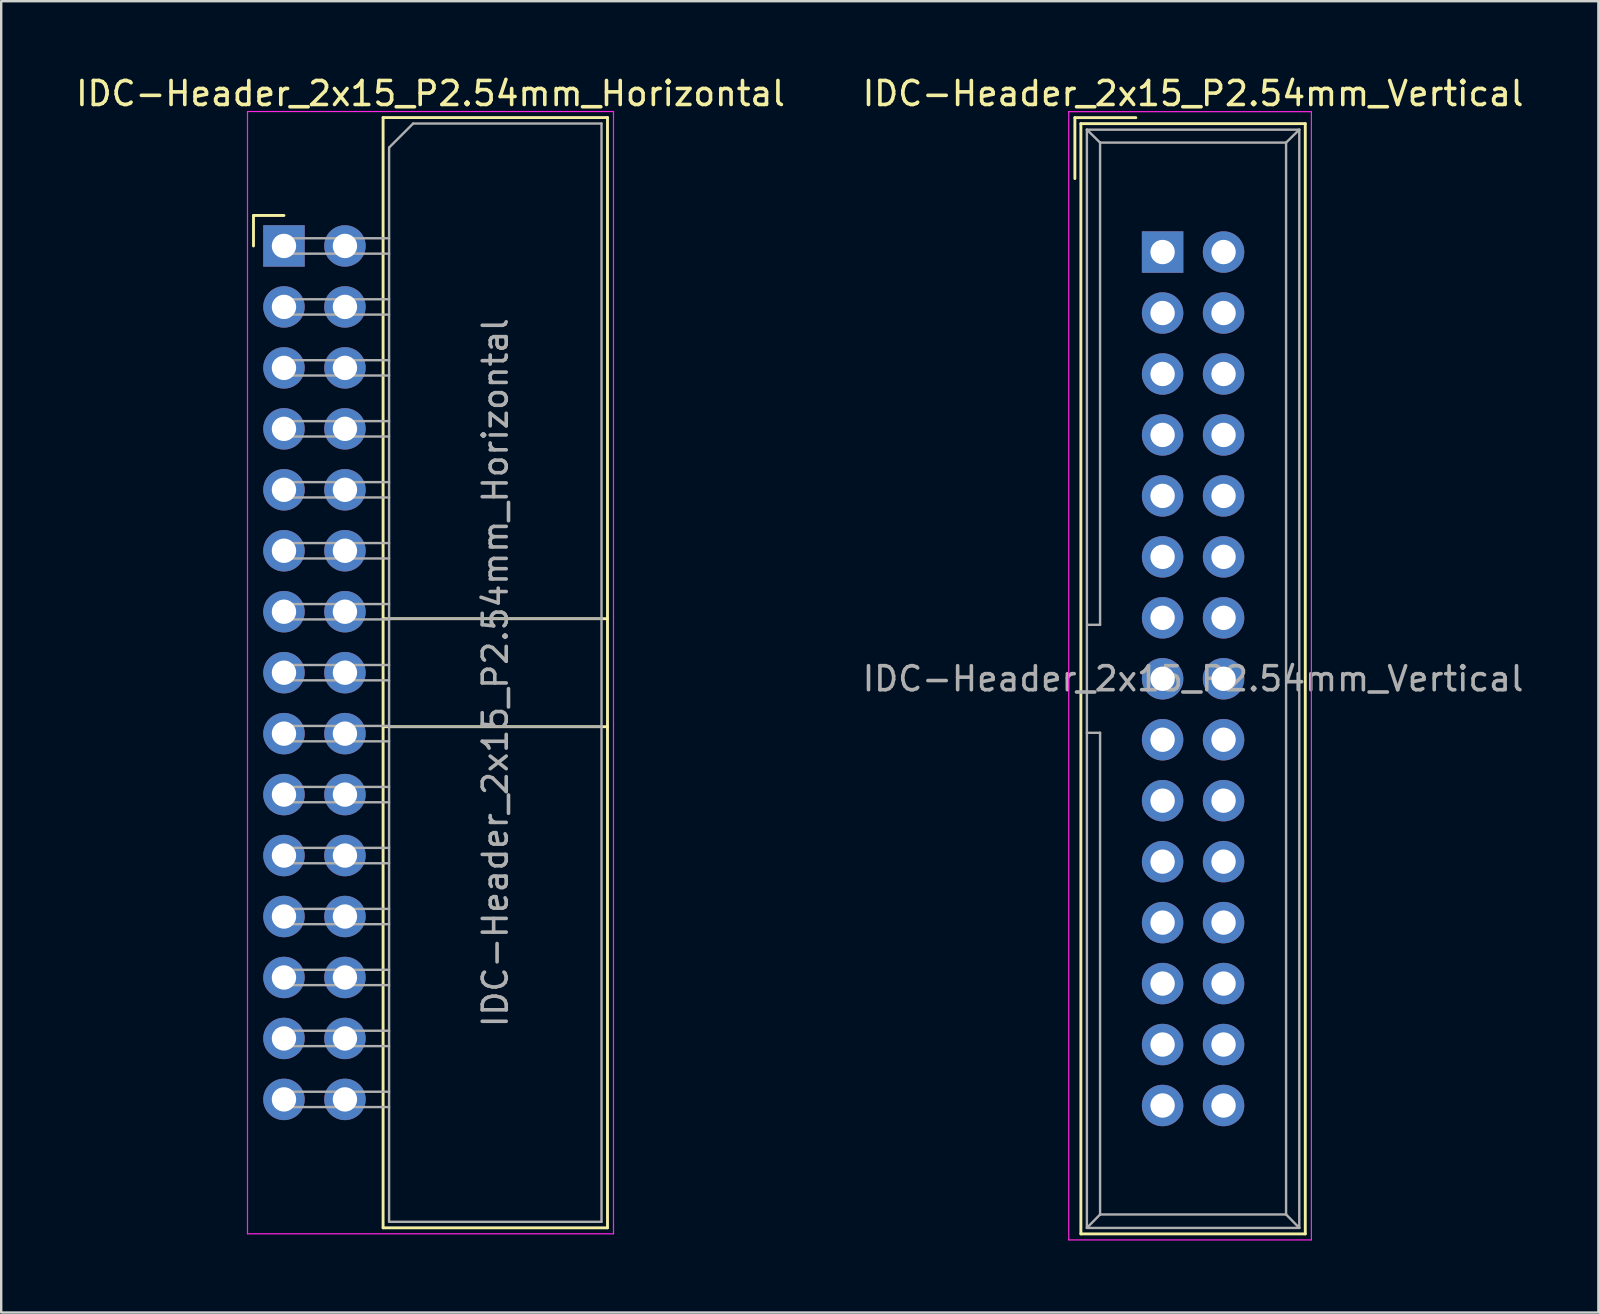
<source format=kicad_pcb>
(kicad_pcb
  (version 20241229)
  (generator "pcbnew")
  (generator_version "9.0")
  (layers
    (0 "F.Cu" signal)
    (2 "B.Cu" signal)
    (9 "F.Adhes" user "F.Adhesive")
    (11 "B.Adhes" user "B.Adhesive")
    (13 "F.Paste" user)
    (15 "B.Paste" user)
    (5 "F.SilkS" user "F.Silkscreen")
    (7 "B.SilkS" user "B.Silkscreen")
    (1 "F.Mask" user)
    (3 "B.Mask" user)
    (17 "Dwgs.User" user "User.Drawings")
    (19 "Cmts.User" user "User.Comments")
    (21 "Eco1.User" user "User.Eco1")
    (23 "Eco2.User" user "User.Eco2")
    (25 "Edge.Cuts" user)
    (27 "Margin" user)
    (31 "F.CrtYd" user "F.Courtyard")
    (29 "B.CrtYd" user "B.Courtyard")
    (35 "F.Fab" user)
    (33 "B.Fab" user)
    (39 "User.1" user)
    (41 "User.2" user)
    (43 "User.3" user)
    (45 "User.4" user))
  (footprint "IDC-Header_2x15_P2.54mm_Vertical"
    (layer "F.Cu")
    (at 45.391 7.452)
    (property "Reference" "IDC-Header_2x15_P2.54mm_Vertical" (at 1.27 -6.604 0) (layer "F.SilkS") (effects (font (size 1 1) (thickness 0.15))))
    (attr through_hole)
    (fp_line (start -3.655 -5.6) (end -3.655 -3.06) (stroke (width 0.12) (type solid)) (layer "F.SilkS"))
    (fp_line (start -3.655 -5.6) (end -1.115 -5.6) (stroke (width 0.12) (type solid)) (layer "F.SilkS"))
    (fp_line (start -3.405 -5.35) (end 5.945 -5.35) (stroke (width 0.12) (type solid)) (layer "F.SilkS"))
    (fp_line (start -3.405 40.91) (end -3.405 -5.35) (stroke (width 0.12) (type solid)) (layer "F.SilkS"))
    (fp_line (start 5.945 -5.35) (end 5.945 40.91) (stroke (width 0.12) (type solid)) (layer "F.SilkS"))
    (fp_line (start 5.945 40.91) (end -3.405 40.91) (stroke (width 0.12) (type solid)) (layer "F.SilkS"))
    (fp_line (start -3.91 -5.85) (end 6.2 -5.85) (stroke (width 0.05) (type solid)) (layer "F.CrtYd"))
    (fp_line (start -3.91 41.16) (end -3.91 -5.85) (stroke (width 0.05) (type solid)) (layer "F.CrtYd"))
    (fp_line (start 6.2 -5.85) (end 6.2 41.16) (stroke (width 0.05) (type solid)) (layer "F.CrtYd"))
    (fp_line (start 6.2 41.16) (end -3.91 41.16) (stroke (width 0.05) (type solid)) (layer "F.CrtYd"))
    (fp_line (start -3.155 -5.1) (end -3.155 40.66) (stroke (width 0.1) (type solid)) (layer "F.Fab"))
    (fp_line (start -3.155 -5.1) (end -2.605 -4.56) (stroke (width 0.1) (type solid)) (layer "F.Fab"))
    (fp_line (start -3.155 40.66) (end -2.605 40.1) (stroke (width 0.1) (type solid)) (layer "F.Fab"))
    (fp_line (start -2.605 -4.56) (end -2.605 15.53) (stroke (width 0.1) (type solid)) (layer "F.Fab"))
    (fp_line (start -2.605 15.53) (end -3.145 15.53) (stroke (width 0.1) (type solid)) (layer "F.Fab"))
    (fp_line (start -2.605 20.03) (end -3.155 20.03) (stroke (width 0.1) (type solid)) (layer "F.Fab"))
    (fp_line (start -2.605 20.03) (end -2.605 40.1) (stroke (width 0.1) (type solid)) (layer "F.Fab"))
    (fp_line (start 5.145 -4.56) (end -2.605 -4.56) (stroke (width 0.1) (type solid)) (layer "F.Fab"))
    (fp_line (start 5.145 -4.56) (end 5.145 40.1) (stroke (width 0.1) (type solid)) (layer "F.Fab"))
    (fp_line (start 5.145 40.1) (end -2.605 40.1) (stroke (width 0.1) (type solid)) (layer "F.Fab"))
    (fp_line (start 5.695 -5.1) (end -3.155 -5.1) (stroke (width 0.1) (type solid)) (layer "F.Fab"))
    (fp_line (start 5.695 -5.1) (end 5.145 -4.56) (stroke (width 0.1) (type solid)) (layer "F.Fab"))
    (fp_line (start 5.695 -5.1) (end 5.695 40.66) (stroke (width 0.1) (type solid)) (layer "F.Fab"))
    (fp_line (start 5.695 40.66) (end -3.155 40.66) (stroke (width 0.1) (type solid)) (layer "F.Fab"))
    (fp_line (start 5.695 40.66) (end 5.145 40.1) (stroke (width 0.1) (type solid)) (layer "F.Fab"))
    (fp_text user "${REFERENCE}" (at 1.27 17.78 0) (layer "F.Fab") (effects (font (size 1 1) (thickness 0.15))))
    (pad "1" thru_hole rect (at 0 0) (size 1.727 1.727) (drill 1.016) (layers "*.Cu" "*.Mask"))
    (pad "2" thru_hole oval (at 2.54 0) (size 1.727 1.727) (drill 1.016) (layers "*.Cu" "*.Mask"))
    (pad "3" thru_hole oval (at 0 2.54) (size 1.727 1.727) (drill 1.016) (layers "*.Cu" "*.Mask"))
    (pad "4" thru_hole oval (at 2.54 2.54) (size 1.727 1.727) (drill 1.016) (layers "*.Cu" "*.Mask"))
    (pad "5" thru_hole oval (at 0 5.08) (size 1.727 1.727) (drill 1.016) (layers "*.Cu" "*.Mask"))
    (pad "6" thru_hole oval (at 2.54 5.08) (size 1.727 1.727) (drill 1.016) (layers "*.Cu" "*.Mask"))
    (pad "7" thru_hole oval (at 0 7.62) (size 1.727 1.727) (drill 1.016) (layers "*.Cu" "*.Mask"))
    (pad "8" thru_hole oval (at 2.54 7.62) (size 1.727 1.727) (drill 1.016) (layers "*.Cu" "*.Mask"))
    (pad "9" thru_hole oval (at 0 10.16) (size 1.727 1.727) (drill 1.016) (layers "*.Cu" "*.Mask"))
    (pad "10" thru_hole oval (at 2.54 10.16) (size 1.727 1.727) (drill 1.016) (layers "*.Cu" "*.Mask"))
    (pad "11" thru_hole oval (at 0 12.7) (size 1.727 1.727) (drill 1.016) (layers "*.Cu" "*.Mask"))
    (pad "12" thru_hole oval (at 2.54 12.7) (size 1.727 1.727) (drill 1.016) (layers "*.Cu" "*.Mask"))
    (pad "13" thru_hole oval (at 0 15.24) (size 1.727 1.727) (drill 1.016) (layers "*.Cu" "*.Mask"))
    (pad "14" thru_hole oval (at 2.54 15.24) (size 1.727 1.727) (drill 1.016) (layers "*.Cu" "*.Mask"))
    (pad "15" thru_hole oval (at 0 17.78) (size 1.727 1.727) (drill 1.016) (layers "*.Cu" "*.Mask"))
    (pad "16" thru_hole oval (at 2.54 17.78) (size 1.727 1.727) (drill 1.016) (layers "*.Cu" "*.Mask"))
    (pad "17" thru_hole oval (at 0 20.32) (size 1.727 1.727) (drill 1.016) (layers "*.Cu" "*.Mask"))
    (pad "18" thru_hole oval (at 2.54 20.32) (size 1.727 1.727) (drill 1.016) (layers "*.Cu" "*.Mask"))
    (pad "19" thru_hole oval (at 0 22.86) (size 1.727 1.727) (drill 1.016) (layers "*.Cu" "*.Mask"))
    (pad "20" thru_hole oval (at 2.54 22.86) (size 1.727 1.727) (drill 1.016) (layers "*.Cu" "*.Mask"))
    (pad "21" thru_hole oval (at 0 25.4) (size 1.727 1.727) (drill 1.016) (layers "*.Cu" "*.Mask"))
    (pad "22" thru_hole oval (at 2.54 25.4) (size 1.727 1.727) (drill 1.016) (layers "*.Cu" "*.Mask"))
    (pad "23" thru_hole oval (at 0 27.94) (size 1.727 1.727) (drill 1.016) (layers "*.Cu" "*.Mask"))
    (pad "24" thru_hole oval (at 2.54 27.94) (size 1.727 1.727) (drill 1.016) (layers "*.Cu" "*.Mask"))
    (pad "25" thru_hole oval (at 0 30.48) (size 1.727 1.727) (drill 1.016) (layers "*.Cu" "*.Mask"))
    (pad "26" thru_hole oval (at 2.54 30.48) (size 1.727 1.727) (drill 1.016) (layers "*.Cu" "*.Mask"))
    (pad "27" thru_hole oval (at 0 33.02) (size 1.727 1.727) (drill 1.016) (layers "*.Cu" "*.Mask"))
    (pad "28" thru_hole oval (at 2.54 33.02) (size 1.727 1.727) (drill 1.016) (layers "*.Cu" "*.Mask"))
    (pad "29" thru_hole oval (at 0 35.56) (size 1.727 1.727) (drill 1.016) (layers "*.Cu" "*.Mask"))
    (pad "30" thru_hole oval (at 2.54 35.56) (size 1.727 1.727) (drill 1.016) (layers "*.Cu" "*.Mask")))
  (footprint "IDC-Header_2x15_P2.54mm_Horizontal"
    (layer "F.Cu")
    (at 8.782 7.198)
    (property "Reference" "IDC-Header_2x15_P2.54mm_Horizontal" (at 6.105 -6.35 0) (layer "F.SilkS") (effects (font (size 1 1) (thickness 0.15))))
    (attr through_hole)
    (fp_line (start -1.27 -1.27) (end -1.27 0) (stroke (width 0.12) (type solid)) (layer "F.SilkS"))
    (fp_line (start 0 -1.27) (end -1.27 -1.27) (stroke (width 0.12) (type solid)) (layer "F.SilkS"))
    (fp_line (start 4.13 -5.35) (end 13.48 -5.35) (stroke (width 0.12) (type solid)) (layer "F.SilkS"))
    (fp_line (start 4.13 15.53) (end 13.48 15.53) (stroke (width 0.12) (type solid)) (layer "F.SilkS"))
    (fp_line (start 4.13 20.03) (end 13.48 20.03) (stroke (width 0.12) (type solid)) (layer "F.SilkS"))
    (fp_line (start 4.13 40.91) (end 4.13 -5.35) (stroke (width 0.12) (type solid)) (layer "F.SilkS"))
    (fp_line (start 4.13 40.91) (end 13.48 40.91) (stroke (width 0.12) (type solid)) (layer "F.SilkS"))
    (fp_line (start 13.48 -5.35) (end 13.48 40.91) (stroke (width 0.12) (type solid)) (layer "F.SilkS"))
    (fp_line (start -1.52 -5.6) (end 13.73 -5.6) (stroke (width 0.05) (type solid)) (layer "F.CrtYd"))
    (fp_line (start -1.52 41.16) (end -1.52 -5.6) (stroke (width 0.05) (type solid)) (layer "F.CrtYd"))
    (fp_line (start 13.73 -5.6) (end 13.73 41.16) (stroke (width 0.05) (type solid)) (layer "F.CrtYd"))
    (fp_line (start 13.73 41.16) (end -1.52 41.16) (stroke (width 0.05) (type solid)) (layer "F.CrtYd"))
    (fp_line (start -0.32 -0.32) (end -0.32 0.32) (stroke (width 0.1) (type solid)) (layer "F.Fab"))
    (fp_line (start -0.32 0.32) (end 4.38 0.32) (stroke (width 0.1) (type solid)) (layer "F.Fab"))
    (fp_line (start -0.32 2.22) (end -0.32 2.86) (stroke (width 0.1) (type solid)) (layer "F.Fab"))
    (fp_line (start -0.32 2.86) (end 4.38 2.86) (stroke (width 0.1) (type solid)) (layer "F.Fab"))
    (fp_line (start -0.32 4.76) (end -0.32 5.4) (stroke (width 0.1) (type solid)) (layer "F.Fab"))
    (fp_line (start -0.32 5.4) (end 4.38 5.4) (stroke (width 0.1) (type solid)) (layer "F.Fab"))
    (fp_line (start -0.32 7.3) (end -0.32 7.94) (stroke (width 0.1) (type solid)) (layer "F.Fab"))
    (fp_line (start -0.32 7.94) (end 4.38 7.94) (stroke (width 0.1) (type solid)) (layer "F.Fab"))
    (fp_line (start -0.32 9.84) (end -0.32 10.48) (stroke (width 0.1) (type solid)) (layer "F.Fab"))
    (fp_line (start -0.32 10.48) (end 4.38 10.48) (stroke (width 0.1) (type solid)) (layer "F.Fab"))
    (fp_line (start -0.32 12.38) (end -0.32 13.02) (stroke (width 0.1) (type solid)) (layer "F.Fab"))
    (fp_line (start -0.32 13.02) (end 4.38 13.02) (stroke (width 0.1) (type solid)) (layer "F.Fab"))
    (fp_line (start -0.32 14.92) (end -0.32 15.56) (stroke (width 0.1) (type solid)) (layer "F.Fab"))
    (fp_line (start -0.32 15.56) (end 4.38 15.56) (stroke (width 0.1) (type solid)) (layer "F.Fab"))
    (fp_line (start -0.32 17.46) (end -0.32 18.1) (stroke (width 0.1) (type solid)) (layer "F.Fab"))
    (fp_line (start -0.32 18.1) (end 4.38 18.1) (stroke (width 0.1) (type solid)) (layer "F.Fab"))
    (fp_line (start -0.32 20) (end -0.32 20.64) (stroke (width 0.1) (type solid)) (layer "F.Fab"))
    (fp_line (start -0.32 20.64) (end 4.38 20.64) (stroke (width 0.1) (type solid)) (layer "F.Fab"))
    (fp_line (start -0.32 22.54) (end -0.32 23.18) (stroke (width 0.1) (type solid)) (layer "F.Fab"))
    (fp_line (start -0.32 23.18) (end 4.38 23.18) (stroke (width 0.1) (type solid)) (layer "F.Fab"))
    (fp_line (start -0.32 25.08) (end -0.32 25.72) (stroke (width 0.1) (type solid)) (layer "F.Fab"))
    (fp_line (start -0.32 25.72) (end 4.38 25.72) (stroke (width 0.1) (type solid)) (layer "F.Fab"))
    (fp_line (start -0.32 27.62) (end -0.32 28.26) (stroke (width 0.1) (type solid)) (layer "F.Fab"))
    (fp_line (start -0.32 28.26) (end 4.38 28.26) (stroke (width 0.1) (type solid)) (layer "F.Fab"))
    (fp_line (start -0.32 30.16) (end -0.32 30.8) (stroke (width 0.1) (type solid)) (layer "F.Fab"))
    (fp_line (start -0.32 30.8) (end 4.38 30.8) (stroke (width 0.1) (type solid)) (layer "F.Fab"))
    (fp_line (start -0.32 32.7) (end -0.32 33.34) (stroke (width 0.1) (type solid)) (layer "F.Fab"))
    (fp_line (start -0.32 33.34) (end 4.38 33.34) (stroke (width 0.1) (type solid)) (layer "F.Fab"))
    (fp_line (start -0.32 35.24) (end -0.32 35.88) (stroke (width 0.1) (type solid)) (layer "F.Fab"))
    (fp_line (start -0.32 35.88) (end 4.38 35.88) (stroke (width 0.1) (type solid)) (layer "F.Fab"))
    (fp_line (start 4.38 -4.1) (end 5.38 -5.1) (stroke (width 0.1) (type solid)) (layer "F.Fab"))
    (fp_line (start 4.38 -0.32) (end -0.32 -0.32) (stroke (width 0.1) (type solid)) (layer "F.Fab"))
    (fp_line (start 4.38 2.22) (end -0.32 2.22) (stroke (width 0.1) (type solid)) (layer "F.Fab"))
    (fp_line (start 4.38 4.76) (end -0.32 4.76) (stroke (width 0.1) (type solid)) (layer "F.Fab"))
    (fp_line (start 4.38 7.3) (end -0.32 7.3) (stroke (width 0.1) (type solid)) (layer "F.Fab"))
    (fp_line (start 4.38 9.84) (end -0.32 9.84) (stroke (width 0.1) (type solid)) (layer "F.Fab"))
    (fp_line (start 4.38 12.38) (end -0.32 12.38) (stroke (width 0.1) (type solid)) (layer "F.Fab"))
    (fp_line (start 4.38 14.92) (end -0.32 14.92) (stroke (width 0.1) (type solid)) (layer "F.Fab"))
    (fp_line (start 4.38 15.53) (end 13.23 15.53) (stroke (width 0.1) (type solid)) (layer "F.Fab"))
    (fp_line (start 4.38 17.46) (end -0.32 17.46) (stroke (width 0.1) (type solid)) (layer "F.Fab"))
    (fp_line (start 4.38 20) (end -0.32 20) (stroke (width 0.1) (type solid)) (layer "F.Fab"))
    (fp_line (start 4.38 20.03) (end 13.23 20.03) (stroke (width 0.1) (type solid)) (layer "F.Fab"))
    (fp_line (start 4.38 22.54) (end -0.32 22.54) (stroke (width 0.1) (type solid)) (layer "F.Fab"))
    (fp_line (start 4.38 25.08) (end -0.32 25.08) (stroke (width 0.1) (type solid)) (layer "F.Fab"))
    (fp_line (start 4.38 27.62) (end -0.32 27.62) (stroke (width 0.1) (type solid)) (layer "F.Fab"))
    (fp_line (start 4.38 30.16) (end -0.32 30.16) (stroke (width 0.1) (type solid)) (layer "F.Fab"))
    (fp_line (start 4.38 32.7) (end -0.32 32.7) (stroke (width 0.1) (type solid)) (layer "F.Fab"))
    (fp_line (start 4.38 35.24) (end -0.32 35.24) (stroke (width 0.1) (type solid)) (layer "F.Fab"))
    (fp_line (start 4.38 40.66) (end 4.38 -4.1) (stroke (width 0.1) (type solid)) (layer "F.Fab"))
    (fp_line (start 4.38 40.66) (end 13.23 40.66) (stroke (width 0.1) (type solid)) (layer "F.Fab"))
    (fp_line (start 5.38 -5.1) (end 13.23 -5.1) (stroke (width 0.1) (type solid)) (layer "F.Fab"))
    (fp_line (start 13.23 40.66) (end 13.23 -5.1) (stroke (width 0.1) (type solid)) (layer "F.Fab"))
    (fp_text user "${REFERENCE}" (at 8.805 17.78 90) (layer "F.Fab") (effects (font (size 1 1) (thickness 0.15))))
    (pad "1" thru_hole rect (at 0 0) (size 1.727 1.727) (drill 1.016) (layers "*.Cu" "*.Mask"))
    (pad "2" thru_hole oval (at 2.54 0) (size 1.727 1.727) (drill 1.016) (layers "*.Cu" "*.Mask"))
    (pad "3" thru_hole oval (at 0 2.54) (size 1.727 1.727) (drill 1.016) (layers "*.Cu" "*.Mask"))
    (pad "4" thru_hole oval (at 2.54 2.54) (size 1.727 1.727) (drill 1.016) (layers "*.Cu" "*.Mask"))
    (pad "5" thru_hole oval (at 0 5.08) (size 1.727 1.727) (drill 1.016) (layers "*.Cu" "*.Mask"))
    (pad "6" thru_hole oval (at 2.54 5.08) (size 1.727 1.727) (drill 1.016) (layers "*.Cu" "*.Mask"))
    (pad "7" thru_hole oval (at 0 7.62) (size 1.727 1.727) (drill 1.016) (layers "*.Cu" "*.Mask"))
    (pad "8" thru_hole oval (at 2.54 7.62) (size 1.727 1.727) (drill 1.016) (layers "*.Cu" "*.Mask"))
    (pad "9" thru_hole oval (at 0 10.16) (size 1.727 1.727) (drill 1.016) (layers "*.Cu" "*.Mask"))
    (pad "10" thru_hole oval (at 2.54 10.16) (size 1.727 1.727) (drill 1.016) (layers "*.Cu" "*.Mask"))
    (pad "11" thru_hole oval (at 0 12.7) (size 1.727 1.727) (drill 1.016) (layers "*.Cu" "*.Mask"))
    (pad "12" thru_hole oval (at 2.54 12.7) (size 1.727 1.727) (drill 1.016) (layers "*.Cu" "*.Mask"))
    (pad "13" thru_hole oval (at 0 15.24) (size 1.727 1.727) (drill 1.016) (layers "*.Cu" "*.Mask"))
    (pad "14" thru_hole oval (at 2.54 15.24) (size 1.727 1.727) (drill 1.016) (layers "*.Cu" "*.Mask"))
    (pad "15" thru_hole oval (at 0 17.78) (size 1.727 1.727) (drill 1.016) (layers "*.Cu" "*.Mask"))
    (pad "16" thru_hole oval (at 2.54 17.78) (size 1.727 1.727) (drill 1.016) (layers "*.Cu" "*.Mask"))
    (pad "17" thru_hole oval (at 0 20.32) (size 1.727 1.727) (drill 1.016) (layers "*.Cu" "*.Mask"))
    (pad "18" thru_hole oval (at 2.54 20.32) (size 1.727 1.727) (drill 1.016) (layers "*.Cu" "*.Mask"))
    (pad "19" thru_hole oval (at 0 22.86) (size 1.727 1.727) (drill 1.016) (layers "*.Cu" "*.Mask"))
    (pad "20" thru_hole oval (at 2.54 22.86) (size 1.727 1.727) (drill 1.016) (layers "*.Cu" "*.Mask"))
    (pad "21" thru_hole oval (at 0 25.4) (size 1.727 1.727) (drill 1.016) (layers "*.Cu" "*.Mask"))
    (pad "22" thru_hole oval (at 2.54 25.4) (size 1.727 1.727) (drill 1.016) (layers "*.Cu" "*.Mask"))
    (pad "23" thru_hole oval (at 0 27.94) (size 1.727 1.727) (drill 1.016) (layers "*.Cu" "*.Mask"))
    (pad "24" thru_hole oval (at 2.54 27.94) (size 1.727 1.727) (drill 1.016) (layers "*.Cu" "*.Mask"))
    (pad "25" thru_hole oval (at 0 30.48) (size 1.727 1.727) (drill 1.016) (layers "*.Cu" "*.Mask"))
    (pad "26" thru_hole oval (at 2.54 30.48) (size 1.727 1.727) (drill 1.016) (layers "*.Cu" "*.Mask"))
    (pad "27" thru_hole oval (at 0 33.02) (size 1.727 1.727) (drill 1.016) (layers "*.Cu" "*.Mask"))
    (pad "28" thru_hole oval (at 2.54 33.02) (size 1.727 1.727) (drill 1.016) (layers "*.Cu" "*.Mask"))
    (pad "29" thru_hole oval (at 0 35.56) (size 1.727 1.727) (drill 1.016) (layers "*.Cu" "*.Mask"))
    (pad "30" thru_hole oval (at 2.54 35.56) (size 1.727 1.727) (drill 1.016) (layers "*.Cu" "*.Mask")))
  (gr_rect
    (start -3 -3)
    (end 63.548 51.637)
    (stroke (width 0.1) (type default))
    (fill no)
    (layer "Edge.Cuts")))
</source>
